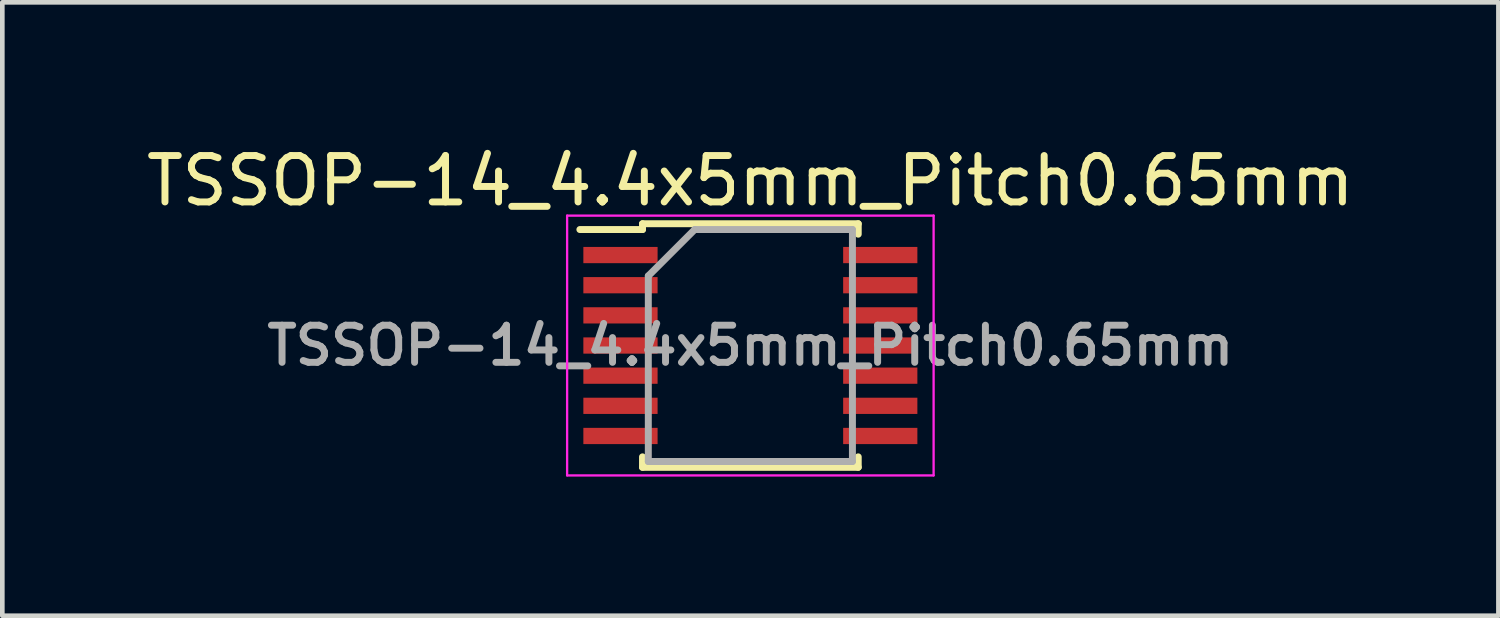
<source format=kicad_pcb>
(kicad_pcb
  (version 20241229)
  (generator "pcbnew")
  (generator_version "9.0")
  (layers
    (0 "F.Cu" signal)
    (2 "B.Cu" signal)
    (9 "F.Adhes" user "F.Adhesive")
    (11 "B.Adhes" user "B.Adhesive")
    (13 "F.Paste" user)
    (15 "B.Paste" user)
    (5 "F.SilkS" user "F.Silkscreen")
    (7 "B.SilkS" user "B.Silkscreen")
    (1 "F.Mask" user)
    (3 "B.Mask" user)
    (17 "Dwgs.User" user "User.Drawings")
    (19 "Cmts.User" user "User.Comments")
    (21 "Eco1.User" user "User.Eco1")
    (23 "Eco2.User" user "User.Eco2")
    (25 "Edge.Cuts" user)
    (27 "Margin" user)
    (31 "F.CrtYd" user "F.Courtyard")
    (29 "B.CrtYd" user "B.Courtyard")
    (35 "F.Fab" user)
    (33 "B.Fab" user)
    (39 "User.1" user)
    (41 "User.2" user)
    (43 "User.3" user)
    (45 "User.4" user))
  (footprint "TSSOP-14_4.4x5mm_Pitch0.65mm"
    (layer "F.Cu")
    (at 13.125 4.398)
    (property "Reference" "TSSOP-14_4.4x5mm_Pitch0.65mm" (at 0 -3.55 0) (layer "F.SilkS") (effects (font (size 1 1) (thickness 0.15))))
    (attr smd)
    (fp_line (start -2.325 -2.625) (end -2.325 -2.5) (stroke (width 0.15) (type solid)) (layer "F.SilkS"))
    (fp_line (start -2.325 -2.625) (end 2.325 -2.625) (stroke (width 0.15) (type solid)) (layer "F.SilkS"))
    (fp_line (start -2.325 -2.5) (end -3.675 -2.5) (stroke (width 0.15) (type solid)) (layer "F.SilkS"))
    (fp_line (start -2.325 2.625) (end -2.325 2.4) (stroke (width 0.15) (type solid)) (layer "F.SilkS"))
    (fp_line (start -2.325 2.625) (end 2.325 2.625) (stroke (width 0.15) (type solid)) (layer "F.SilkS"))
    (fp_line (start 2.325 -2.625) (end 2.325 -2.4) (stroke (width 0.15) (type solid)) (layer "F.SilkS"))
    (fp_line (start 2.325 2.625) (end 2.325 2.4) (stroke (width 0.15) (type solid)) (layer "F.SilkS"))
    (fp_line (start -3.95 -2.8) (end -3.95 2.8) (stroke (width 0.05) (type solid)) (layer "F.CrtYd"))
    (fp_line (start -3.95 -2.8) (end 3.95 -2.8) (stroke (width 0.05) (type solid)) (layer "F.CrtYd"))
    (fp_line (start -3.95 2.8) (end 3.95 2.8) (stroke (width 0.05) (type solid)) (layer "F.CrtYd"))
    (fp_line (start 3.95 -2.8) (end 3.95 2.8) (stroke (width 0.05) (type solid)) (layer "F.CrtYd"))
    (fp_line (start -2.2 -1.5) (end -1.2 -2.5) (stroke (width 0.15) (type solid)) (layer "F.Fab"))
    (fp_line (start -2.2 2.5) (end -2.2 -1.5) (stroke (width 0.15) (type solid)) (layer "F.Fab"))
    (fp_line (start -1.2 -2.5) (end 2.2 -2.5) (stroke (width 0.15) (type solid)) (layer "F.Fab"))
    (fp_line (start 2.2 -2.5) (end 2.2 2.5) (stroke (width 0.15) (type solid)) (layer "F.Fab"))
    (fp_line (start 2.2 2.5) (end -2.2 2.5) (stroke (width 0.15) (type solid)) (layer "F.Fab"))
    (fp_text user "${REFERENCE}" (at 0 0 0) (layer "F.Fab") (effects (font (size 0.8 0.8) (thickness 0.15))))
    (pad "1" smd rect (at -2.8 -1.95) (size 1.6 0.35) (layers "F.Cu" "F.Mask" "F.Paste"))
    (pad "2" smd rect (at -2.8 -1.3) (size 1.6 0.35) (layers "F.Cu" "F.Mask" "F.Paste"))
    (pad "3" smd rect (at -2.8 -0.65) (size 1.6 0.35) (layers "F.Cu" "F.Mask" "F.Paste"))
    (pad "4" smd rect (at -2.8 0) (size 1.6 0.35) (layers "F.Cu" "F.Mask" "F.Paste"))
    (pad "5" smd rect (at -2.8 0.65) (size 1.6 0.35) (layers "F.Cu" "F.Mask" "F.Paste"))
    (pad "6" smd rect (at -2.8 1.3) (size 1.6 0.35) (layers "F.Cu" "F.Mask" "F.Paste"))
    (pad "7" smd rect (at -2.8 1.95) (size 1.6 0.35) (layers "F.Cu" "F.Mask" "F.Paste"))
    (pad "8" smd rect (at 2.8 1.95) (size 1.6 0.35) (layers "F.Cu" "F.Mask" "F.Paste"))
    (pad "9" smd rect (at 2.8 1.3) (size 1.6 0.35) (layers "F.Cu" "F.Mask" "F.Paste"))
    (pad "10" smd rect (at 2.8 0.65) (size 1.6 0.35) (layers "F.Cu" "F.Mask" "F.Paste"))
    (pad "11" smd rect (at 2.8 0) (size 1.6 0.35) (layers "F.Cu" "F.Mask" "F.Paste"))
    (pad "12" smd rect (at 2.8 -0.65) (size 1.6 0.35) (layers "F.Cu" "F.Mask" "F.Paste"))
    (pad "13" smd rect (at 2.8 -1.3) (size 1.6 0.35) (layers "F.Cu" "F.Mask" "F.Paste"))
    (pad "14" smd rect (at 2.8 -1.95) (size 1.6 0.35) (layers "F.Cu" "F.Mask" "F.Paste")))
  (gr_rect
    (start -3 -3)
    (end 29.25 10.223)
    (stroke (width 0.1) (type default))
    (fill no)
    (layer "Edge.Cuts")))
</source>
